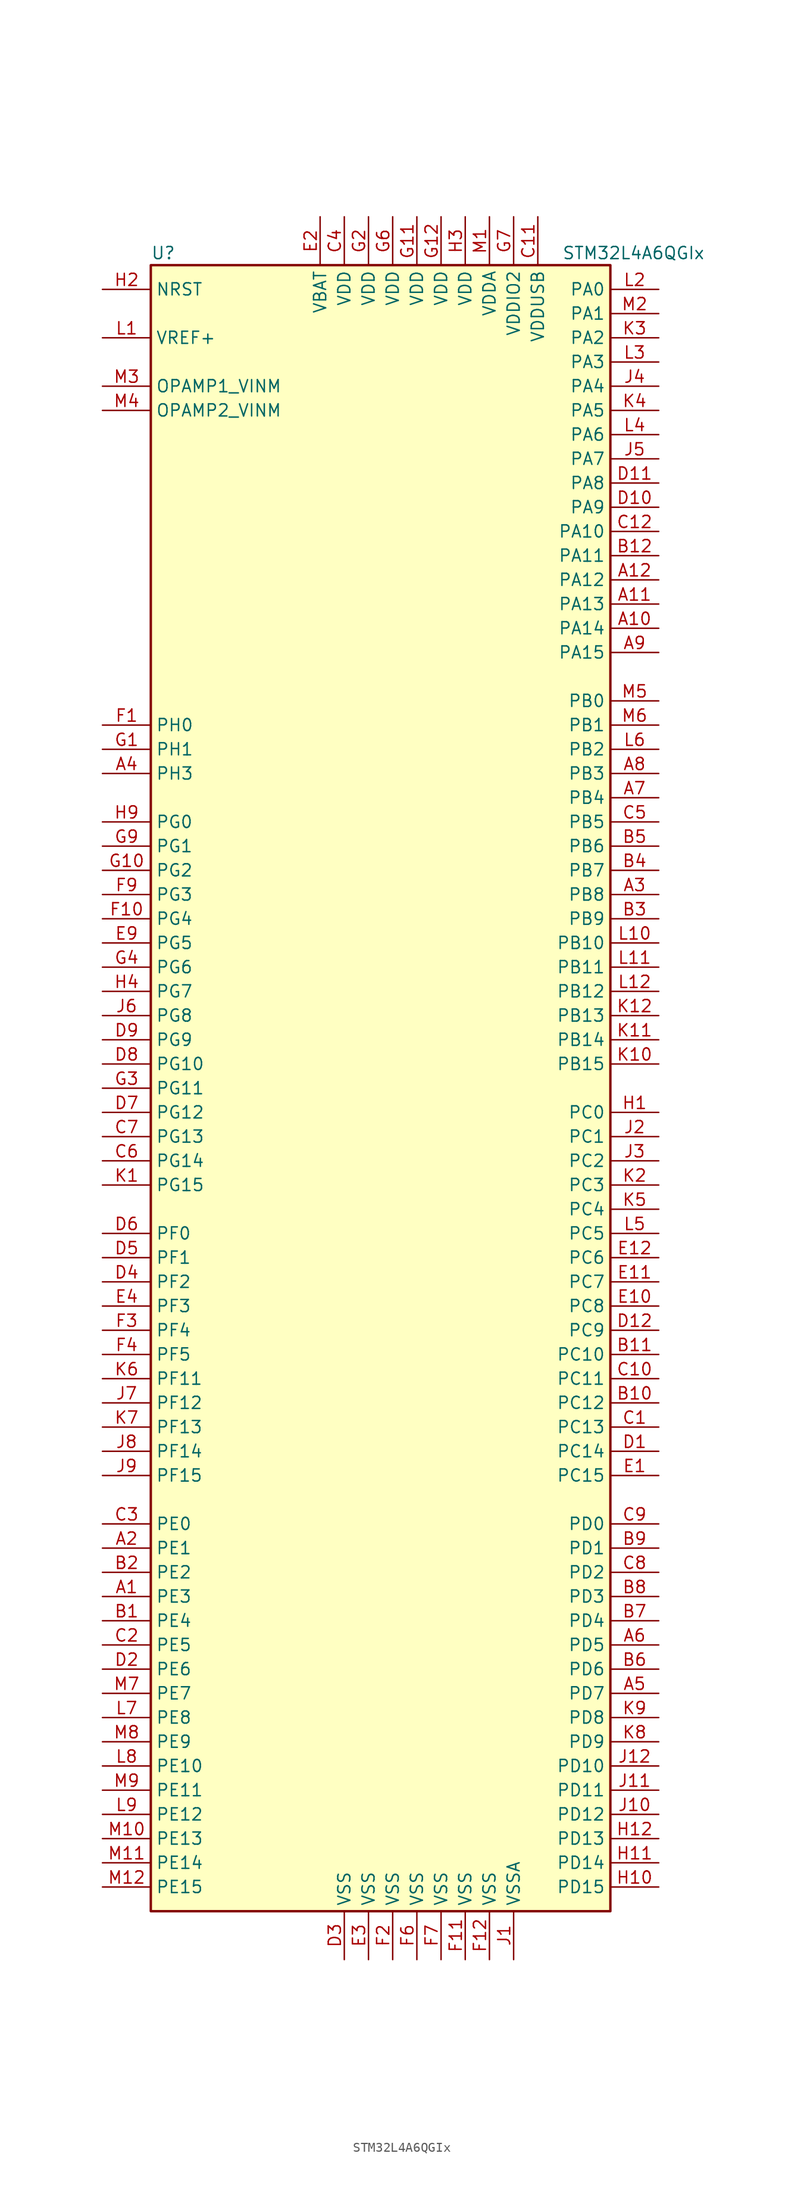
<source format=kicad_sym>
(kicad_symbol_lib
  (version 20220914)
  (generator kicad_symbol_editor)
  (symbol "STM32L4A6QGIx"
    (property "Reference" "U"
      (at -25.4 87.63 0)
      (effects (font (size 1.27 1.27)) (justify left)))
    (property "Value" "STM32L4A6QGIx"
      (at 17.78 87.63 0)
      (effects (font (size 1.27 1.27)) (justify left)))
    (symbol "STM32L4A6QGIx_0_1"
      (rectangle (start -25.4 -86.36) (end 22.86 86.36) (stroke (width 0.254) (type default)) (fill (type background))))
    (symbol "STM32L4A6QGIx_1_1"
      (pin bidirectional line (at -30.48 -53.34 0) (length 5.08) (name "PE3" (effects (font (size 1.27 1.27)))) (number "A1" (effects (font (size 1.27 1.27)))))
      (pin bidirectional line (at 27.94 48.26 180) (length 5.08) (name "PA14" (effects (font (size 1.27 1.27)))) (number "A10" (effects (font (size 1.27 1.27)))))
      (pin bidirectional line (at 27.94 50.8 180) (length 5.08) (name "PA13" (effects (font (size 1.27 1.27)))) (number "A11" (effects (font (size 1.27 1.27)))))
      (pin bidirectional line (at 27.94 53.34 180) (length 5.08) (name "PA12" (effects (font (size 1.27 1.27)))) (number "A12" (effects (font (size 1.27 1.27)))))
      (pin bidirectional line (at -30.48 -48.26 0) (length 5.08) (name "PE1" (effects (font (size 1.27 1.27)))) (number "A2" (effects (font (size 1.27 1.27)))))
      (pin bidirectional line (at 27.94 20.32 180) (length 5.08) (name "PB8" (effects (font (size 1.27 1.27)))) (number "A3" (effects (font (size 1.27 1.27)))))
      (pin bidirectional line (at -30.48 33.02 0) (length 5.08) (name "PH3" (effects (font (size 1.27 1.27)))) (number "A4" (effects (font (size 1.27 1.27)))))
      (pin bidirectional line (at 27.94 -63.5 180) (length 5.08) (name "PD7" (effects (font (size 1.27 1.27)))) (number "A5" (effects (font (size 1.27 1.27)))))
      (pin bidirectional line (at 27.94 -58.42 180) (length 5.08) (name "PD5" (effects (font (size 1.27 1.27)))) (number "A6" (effects (font (size 1.27 1.27)))))
      (pin bidirectional line (at 27.94 30.48 180) (length 5.08) (name "PB4" (effects (font (size 1.27 1.27)))) (number "A7" (effects (font (size 1.27 1.27)))))
      (pin bidirectional line (at 27.94 33.02 180) (length 5.08) (name "PB3" (effects (font (size 1.27 1.27)))) (number "A8" (effects (font (size 1.27 1.27)))))
      (pin bidirectional line (at 27.94 45.72 180) (length 5.08) (name "PA15" (effects (font (size 1.27 1.27)))) (number "A9" (effects (font (size 1.27 1.27)))))
      (pin bidirectional line (at -30.48 -55.88 0) (length 5.08) (name "PE4" (effects (font (size 1.27 1.27)))) (number "B1" (effects (font (size 1.27 1.27)))))
      (pin bidirectional line (at 27.94 -33.02 180) (length 5.08) (name "PC12" (effects (font (size 1.27 1.27)))) (number "B10" (effects (font (size 1.27 1.27)))))
      (pin bidirectional line (at 27.94 -27.94 180) (length 5.08) (name "PC10" (effects (font (size 1.27 1.27)))) (number "B11" (effects (font (size 1.27 1.27)))))
      (pin bidirectional line (at 27.94 55.88 180) (length 5.08) (name "PA11" (effects (font (size 1.27 1.27)))) (number "B12" (effects (font (size 1.27 1.27)))))
      (pin bidirectional line (at -30.48 -50.8 0) (length 5.08) (name "PE2" (effects (font (size 1.27 1.27)))) (number "B2" (effects (font (size 1.27 1.27)))))
      (pin bidirectional line (at 27.94 17.78 180) (length 5.08) (name "PB9" (effects (font (size 1.27 1.27)))) (number "B3" (effects (font (size 1.27 1.27)))))
      (pin bidirectional line (at 27.94 22.86 180) (length 5.08) (name "PB7" (effects (font (size 1.27 1.27)))) (number "B4" (effects (font (size 1.27 1.27)))))
      (pin bidirectional line (at 27.94 25.4 180) (length 5.08) (name "PB6" (effects (font (size 1.27 1.27)))) (number "B5" (effects (font (size 1.27 1.27)))))
      (pin bidirectional line (at 27.94 -60.96 180) (length 5.08) (name "PD6" (effects (font (size 1.27 1.27)))) (number "B6" (effects (font (size 1.27 1.27)))))
      (pin bidirectional line (at 27.94 -55.88 180) (length 5.08) (name "PD4" (effects (font (size 1.27 1.27)))) (number "B7" (effects (font (size 1.27 1.27)))))
      (pin bidirectional line (at 27.94 -53.34 180) (length 5.08) (name "PD3" (effects (font (size 1.27 1.27)))) (number "B8" (effects (font (size 1.27 1.27)))))
      (pin bidirectional line (at 27.94 -48.26 180) (length 5.08) (name "PD1" (effects (font (size 1.27 1.27)))) (number "B9" (effects (font (size 1.27 1.27)))))
      (pin bidirectional line (at 27.94 -35.56 180) (length 5.08) (name "PC13" (effects (font (size 1.27 1.27)))) (number "C1" (effects (font (size 1.27 1.27)))))
      (pin bidirectional line (at 27.94 -30.48 180) (length 5.08) (name "PC11" (effects (font (size 1.27 1.27)))) (number "C10" (effects (font (size 1.27 1.27)))))
      (pin power_in line (at 15.24 91.44 270) (length 5.08) (name "VDDUSB" (effects (font (size 1.27 1.27)))) (number "C11" (effects (font (size 1.27 1.27)))))
      (pin bidirectional line (at 27.94 58.42 180) (length 5.08) (name "PA10" (effects (font (size 1.27 1.27)))) (number "C12" (effects (font (size 1.27 1.27)))))
      (pin bidirectional line (at -30.48 -58.42 0) (length 5.08) (name "PE5" (effects (font (size 1.27 1.27)))) (number "C2" (effects (font (size 1.27 1.27)))))
      (pin bidirectional line (at -30.48 -45.72 0) (length 5.08) (name "PE0" (effects (font (size 1.27 1.27)))) (number "C3" (effects (font (size 1.27 1.27)))))
      (pin power_in line (at -5.08 91.44 270) (length 5.08) (name "VDD" (effects (font (size 1.27 1.27)))) (number "C4" (effects (font (size 1.27 1.27)))))
      (pin bidirectional line (at 27.94 27.94 180) (length 5.08) (name "PB5" (effects (font (size 1.27 1.27)))) (number "C5" (effects (font (size 1.27 1.27)))))
      (pin bidirectional line (at -30.48 -7.62 0) (length 5.08) (name "PG14" (effects (font (size 1.27 1.27)))) (number "C6" (effects (font (size 1.27 1.27)))))
      (pin bidirectional line (at -30.48 -5.08 0) (length 5.08) (name "PG13" (effects (font (size 1.27 1.27)))) (number "C7" (effects (font (size 1.27 1.27)))))
      (pin bidirectional line (at 27.94 -50.8 180) (length 5.08) (name "PD2" (effects (font (size 1.27 1.27)))) (number "C8" (effects (font (size 1.27 1.27)))))
      (pin bidirectional line (at 27.94 -45.72 180) (length 5.08) (name "PD0" (effects (font (size 1.27 1.27)))) (number "C9" (effects (font (size 1.27 1.27)))))
      (pin bidirectional line (at 27.94 -38.1 180) (length 5.08) (name "PC14" (effects (font (size 1.27 1.27)))) (number "D1" (effects (font (size 1.27 1.27)))))
      (pin bidirectional line (at 27.94 60.96 180) (length 5.08) (name "PA9" (effects (font (size 1.27 1.27)))) (number "D10" (effects (font (size 1.27 1.27)))))
      (pin bidirectional line (at 27.94 63.5 180) (length 5.08) (name "PA8" (effects (font (size 1.27 1.27)))) (number "D11" (effects (font (size 1.27 1.27)))))
      (pin bidirectional line (at 27.94 -25.4 180) (length 5.08) (name "PC9" (effects (font (size 1.27 1.27)))) (number "D12" (effects (font (size 1.27 1.27)))))
      (pin bidirectional line (at -30.48 -60.96 0) (length 5.08) (name "PE6" (effects (font (size 1.27 1.27)))) (number "D2" (effects (font (size 1.27 1.27)))))
      (pin power_in line (at -5.08 -91.44 90) (length 5.08) (name "VSS" (effects (font (size 1.27 1.27)))) (number "D3" (effects (font (size 1.27 1.27)))))
      (pin bidirectional line (at -30.48 -20.32 0) (length 5.08) (name "PF2" (effects (font (size 1.27 1.27)))) (number "D4" (effects (font (size 1.27 1.27)))))
      (pin bidirectional line (at -30.48 -17.78 0) (length 5.08) (name "PF1" (effects (font (size 1.27 1.27)))) (number "D5" (effects (font (size 1.27 1.27)))))
      (pin bidirectional line (at -30.48 -15.24 0) (length 5.08) (name "PF0" (effects (font (size 1.27 1.27)))) (number "D6" (effects (font (size 1.27 1.27)))))
      (pin bidirectional line (at -30.48 -2.54 0) (length 5.08) (name "PG12" (effects (font (size 1.27 1.27)))) (number "D7" (effects (font (size 1.27 1.27)))))
      (pin bidirectional line (at -30.48 2.54 0) (length 5.08) (name "PG10" (effects (font (size 1.27 1.27)))) (number "D8" (effects (font (size 1.27 1.27)))))
      (pin bidirectional line (at -30.48 5.08 0) (length 5.08) (name "PG9" (effects (font (size 1.27 1.27)))) (number "D9" (effects (font (size 1.27 1.27)))))
      (pin bidirectional line (at 27.94 -40.64 180) (length 5.08) (name "PC15" (effects (font (size 1.27 1.27)))) (number "E1" (effects (font (size 1.27 1.27)))))
      (pin bidirectional line (at 27.94 -22.86 180) (length 5.08) (name "PC8" (effects (font (size 1.27 1.27)))) (number "E10" (effects (font (size 1.27 1.27)))))
      (pin bidirectional line (at 27.94 -20.32 180) (length 5.08) (name "PC7" (effects (font (size 1.27 1.27)))) (number "E11" (effects (font (size 1.27 1.27)))))
      (pin bidirectional line (at 27.94 -17.78 180) (length 5.08) (name "PC6" (effects (font (size 1.27 1.27)))) (number "E12" (effects (font (size 1.27 1.27)))))
      (pin power_in line (at -7.62 91.44 270) (length 5.08) (name "VBAT" (effects (font (size 1.27 1.27)))) (number "E2" (effects (font (size 1.27 1.27)))))
      (pin power_in line (at -2.54 -91.44 90) (length 5.08) (name "VSS" (effects (font (size 1.27 1.27)))) (number "E3" (effects (font (size 1.27 1.27)))))
      (pin bidirectional line (at -30.48 -22.86 0) (length 5.08) (name "PF3" (effects (font (size 1.27 1.27)))) (number "E4" (effects (font (size 1.27 1.27)))))
      (pin bidirectional line (at -30.48 15.24 0) (length 5.08) (name "PG5" (effects (font (size 1.27 1.27)))) (number "E9" (effects (font (size 1.27 1.27)))))
      (pin input line (at -30.48 38.1 0) (length 5.08) (name "PH0" (effects (font (size 1.27 1.27)))) (number "F1" (effects (font (size 1.27 1.27)))))
      (pin bidirectional line (at -30.48 17.78 0) (length 5.08) (name "PG4" (effects (font (size 1.27 1.27)))) (number "F10" (effects (font (size 1.27 1.27)))))
      (pin power_in line (at 7.62 -91.44 90) (length 5.08) (name "VSS" (effects (font (size 1.27 1.27)))) (number "F11" (effects (font (size 1.27 1.27)))))
      (pin power_in line (at 10.16 -91.44 90) (length 5.08) (name "VSS" (effects (font (size 1.27 1.27)))) (number "F12" (effects (font (size 1.27 1.27)))))
      (pin power_in line (at 0 -91.44 90) (length 5.08) (name "VSS" (effects (font (size 1.27 1.27)))) (number "F2" (effects (font (size 1.27 1.27)))))
      (pin bidirectional line (at -30.48 -25.4 0) (length 5.08) (name "PF4" (effects (font (size 1.27 1.27)))) (number "F3" (effects (font (size 1.27 1.27)))))
      (pin bidirectional line (at -30.48 -27.94 0) (length 5.08) (name "PF5" (effects (font (size 1.27 1.27)))) (number "F4" (effects (font (size 1.27 1.27)))))
      (pin power_in line (at 2.54 -91.44 90) (length 5.08) (name "VSS" (effects (font (size 1.27 1.27)))) (number "F6" (effects (font (size 1.27 1.27)))))
      (pin power_in line (at 5.08 -91.44 90) (length 5.08) (name "VSS" (effects (font (size 1.27 1.27)))) (number "F7" (effects (font (size 1.27 1.27)))))
      (pin bidirectional line (at -30.48 20.32 0) (length 5.08) (name "PG3" (effects (font (size 1.27 1.27)))) (number "F9" (effects (font (size 1.27 1.27)))))
      (pin input line (at -30.48 35.56 0) (length 5.08) (name "PH1" (effects (font (size 1.27 1.27)))) (number "G1" (effects (font (size 1.27 1.27)))))
      (pin bidirectional line (at -30.48 22.86 0) (length 5.08) (name "PG2" (effects (font (size 1.27 1.27)))) (number "G10" (effects (font (size 1.27 1.27)))))
      (pin power_in line (at 2.54 91.44 270) (length 5.08) (name "VDD" (effects (font (size 1.27 1.27)))) (number "G11" (effects (font (size 1.27 1.27)))))
      (pin power_in line (at 5.08 91.44 270) (length 5.08) (name "VDD" (effects (font (size 1.27 1.27)))) (number "G12" (effects (font (size 1.27 1.27)))))
      (pin power_in line (at -2.54 91.44 270) (length 5.08) (name "VDD" (effects (font (size 1.27 1.27)))) (number "G2" (effects (font (size 1.27 1.27)))))
      (pin bidirectional line (at -30.48 0 0) (length 5.08) (name "PG11" (effects (font (size 1.27 1.27)))) (number "G3" (effects (font (size 1.27 1.27)))))
      (pin bidirectional line (at -30.48 12.7 0) (length 5.08) (name "PG6" (effects (font (size 1.27 1.27)))) (number "G4" (effects (font (size 1.27 1.27)))))
      (pin power_in line (at 0 91.44 270) (length 5.08) (name "VDD" (effects (font (size 1.27 1.27)))) (number "G6" (effects (font (size 1.27 1.27)))))
      (pin power_in line (at 12.7 91.44 270) (length 5.08) (name "VDDIO2" (effects (font (size 1.27 1.27)))) (number "G7" (effects (font (size 1.27 1.27)))))
      (pin bidirectional line (at -30.48 25.4 0) (length 5.08) (name "PG1" (effects (font (size 1.27 1.27)))) (number "G9" (effects (font (size 1.27 1.27)))))
      (pin bidirectional line (at 27.94 -2.54 180) (length 5.08) (name "PC0" (effects (font (size 1.27 1.27)))) (number "H1" (effects (font (size 1.27 1.27)))))
      (pin bidirectional line (at 27.94 -83.82 180) (length 5.08) (name "PD15" (effects (font (size 1.27 1.27)))) (number "H10" (effects (font (size 1.27 1.27)))))
      (pin bidirectional line (at 27.94 -81.28 180) (length 5.08) (name "PD14" (effects (font (size 1.27 1.27)))) (number "H11" (effects (font (size 1.27 1.27)))))
      (pin bidirectional line (at 27.94 -78.74 180) (length 5.08) (name "PD13" (effects (font (size 1.27 1.27)))) (number "H12" (effects (font (size 1.27 1.27)))))
      (pin input line (at -30.48 83.82 0) (length 5.08) (name "NRST" (effects (font (size 1.27 1.27)))) (number "H2" (effects (font (size 1.27 1.27)))))
      (pin power_in line (at 7.62 91.44 270) (length 5.08) (name "VDD" (effects (font (size 1.27 1.27)))) (number "H3" (effects (font (size 1.27 1.27)))))
      (pin bidirectional line (at -30.48 10.16 0) (length 5.08) (name "PG7" (effects (font (size 1.27 1.27)))) (number "H4" (effects (font (size 1.27 1.27)))))
      (pin bidirectional line (at -30.48 27.94 0) (length 5.08) (name "PG0" (effects (font (size 1.27 1.27)))) (number "H9" (effects (font (size 1.27 1.27)))))
      (pin power_in line (at 12.7 -91.44 90) (length 5.08) (name "VSSA" (effects (font (size 1.27 1.27)))) (number "J1" (effects (font (size 1.27 1.27)))))
      (pin bidirectional line (at 27.94 -76.2 180) (length 5.08) (name "PD12" (effects (font (size 1.27 1.27)))) (number "J10" (effects (font (size 1.27 1.27)))))
      (pin bidirectional line (at 27.94 -73.66 180) (length 5.08) (name "PD11" (effects (font (size 1.27 1.27)))) (number "J11" (effects (font (size 1.27 1.27)))))
      (pin bidirectional line (at 27.94 -71.12 180) (length 5.08) (name "PD10" (effects (font (size 1.27 1.27)))) (number "J12" (effects (font (size 1.27 1.27)))))
      (pin bidirectional line (at 27.94 -5.08 180) (length 5.08) (name "PC1" (effects (font (size 1.27 1.27)))) (number "J2" (effects (font (size 1.27 1.27)))))
      (pin bidirectional line (at 27.94 -7.62 180) (length 5.08) (name "PC2" (effects (font (size 1.27 1.27)))) (number "J3" (effects (font (size 1.27 1.27)))))
      (pin bidirectional line (at 27.94 73.66 180) (length 5.08) (name "PA4" (effects (font (size 1.27 1.27)))) (number "J4" (effects (font (size 1.27 1.27)))))
      (pin bidirectional line (at 27.94 66.04 180) (length 5.08) (name "PA7" (effects (font (size 1.27 1.27)))) (number "J5" (effects (font (size 1.27 1.27)))))
      (pin bidirectional line (at -30.48 7.62 0) (length 5.08) (name "PG8" (effects (font (size 1.27 1.27)))) (number "J6" (effects (font (size 1.27 1.27)))))
      (pin bidirectional line (at -30.48 -33.02 0) (length 5.08) (name "PF12" (effects (font (size 1.27 1.27)))) (number "J7" (effects (font (size 1.27 1.27)))))
      (pin bidirectional line (at -30.48 -38.1 0) (length 5.08) (name "PF14" (effects (font (size 1.27 1.27)))) (number "J8" (effects (font (size 1.27 1.27)))))
      (pin bidirectional line (at -30.48 -40.64 0) (length 5.08) (name "PF15" (effects (font (size 1.27 1.27)))) (number "J9" (effects (font (size 1.27 1.27)))))
      (pin bidirectional line (at -30.48 -10.16 0) (length 5.08) (name "PG15" (effects (font (size 1.27 1.27)))) (number "K1" (effects (font (size 1.27 1.27)))))
      (pin bidirectional line (at 27.94 2.54 180) (length 5.08) (name "PB15" (effects (font (size 1.27 1.27)))) (number "K10" (effects (font (size 1.27 1.27)))))
      (pin bidirectional line (at 27.94 5.08 180) (length 5.08) (name "PB14" (effects (font (size 1.27 1.27)))) (number "K11" (effects (font (size 1.27 1.27)))))
      (pin bidirectional line (at 27.94 7.62 180) (length 5.08) (name "PB13" (effects (font (size 1.27 1.27)))) (number "K12" (effects (font (size 1.27 1.27)))))
      (pin bidirectional line (at 27.94 -10.16 180) (length 5.08) (name "PC3" (effects (font (size 1.27 1.27)))) (number "K2" (effects (font (size 1.27 1.27)))))
      (pin bidirectional line (at 27.94 78.74 180) (length 5.08) (name "PA2" (effects (font (size 1.27 1.27)))) (number "K3" (effects (font (size 1.27 1.27)))))
      (pin bidirectional line (at 27.94 71.12 180) (length 5.08) (name "PA5" (effects (font (size 1.27 1.27)))) (number "K4" (effects (font (size 1.27 1.27)))))
      (pin bidirectional line (at 27.94 -12.7 180) (length 5.08) (name "PC4" (effects (font (size 1.27 1.27)))) (number "K5" (effects (font (size 1.27 1.27)))))
      (pin bidirectional line (at -30.48 -30.48 0) (length 5.08) (name "PF11" (effects (font (size 1.27 1.27)))) (number "K6" (effects (font (size 1.27 1.27)))))
      (pin bidirectional line (at -30.48 -35.56 0) (length 5.08) (name "PF13" (effects (font (size 1.27 1.27)))) (number "K7" (effects (font (size 1.27 1.27)))))
      (pin bidirectional line (at 27.94 -68.58 180) (length 5.08) (name "PD9" (effects (font (size 1.27 1.27)))) (number "K8" (effects (font (size 1.27 1.27)))))
      (pin bidirectional line (at 27.94 -66.04 180) (length 5.08) (name "PD8" (effects (font (size 1.27 1.27)))) (number "K9" (effects (font (size 1.27 1.27)))))
      (pin bidirectional line (at -30.48 78.74 0) (length 5.08) (name "VREF+" (effects (font (size 1.27 1.27)))) (number "L1" (effects (font (size 1.27 1.27)))))
      (pin bidirectional line (at 27.94 15.24 180) (length 5.08) (name "PB10" (effects (font (size 1.27 1.27)))) (number "L10" (effects (font (size 1.27 1.27)))))
      (pin bidirectional line (at 27.94 12.7 180) (length 5.08) (name "PB11" (effects (font (size 1.27 1.27)))) (number "L11" (effects (font (size 1.27 1.27)))))
      (pin bidirectional line (at 27.94 10.16 180) (length 5.08) (name "PB12" (effects (font (size 1.27 1.27)))) (number "L12" (effects (font (size 1.27 1.27)))))
      (pin bidirectional line (at 27.94 83.82 180) (length 5.08) (name "PA0" (effects (font (size 1.27 1.27)))) (number "L2" (effects (font (size 1.27 1.27)))))
      (pin bidirectional line (at 27.94 76.2 180) (length 5.08) (name "PA3" (effects (font (size 1.27 1.27)))) (number "L3" (effects (font (size 1.27 1.27)))))
      (pin bidirectional line (at 27.94 68.58 180) (length 5.08) (name "PA6" (effects (font (size 1.27 1.27)))) (number "L4" (effects (font (size 1.27 1.27)))))
      (pin bidirectional line (at 27.94 -15.24 180) (length 5.08) (name "PC5" (effects (font (size 1.27 1.27)))) (number "L5" (effects (font (size 1.27 1.27)))))
      (pin bidirectional line (at 27.94 35.56 180) (length 5.08) (name "PB2" (effects (font (size 1.27 1.27)))) (number "L6" (effects (font (size 1.27 1.27)))))
      (pin bidirectional line (at -30.48 -66.04 0) (length 5.08) (name "PE8" (effects (font (size 1.27 1.27)))) (number "L7" (effects (font (size 1.27 1.27)))))
      (pin bidirectional line (at -30.48 -71.12 0) (length 5.08) (name "PE10" (effects (font (size 1.27 1.27)))) (number "L8" (effects (font (size 1.27 1.27)))))
      (pin bidirectional line (at -30.48 -76.2 0) (length 5.08) (name "PE12" (effects (font (size 1.27 1.27)))) (number "L9" (effects (font (size 1.27 1.27)))))
      (pin power_in line (at 10.16 91.44 270) (length 5.08) (name "VDDA" (effects (font (size 1.27 1.27)))) (number "M1" (effects (font (size 1.27 1.27)))))
      (pin bidirectional line (at -30.48 -78.74 0) (length 5.08) (name "PE13" (effects (font (size 1.27 1.27)))) (number "M10" (effects (font (size 1.27 1.27)))))
      (pin bidirectional line (at -30.48 -81.28 0) (length 5.08) (name "PE14" (effects (font (size 1.27 1.27)))) (number "M11" (effects (font (size 1.27 1.27)))))
      (pin bidirectional line (at -30.48 -83.82 0) (length 5.08) (name "PE15" (effects (font (size 1.27 1.27)))) (number "M12" (effects (font (size 1.27 1.27)))))
      (pin bidirectional line (at 27.94 81.28 180) (length 5.08) (name "PA1" (effects (font (size 1.27 1.27)))) (number "M2" (effects (font (size 1.27 1.27)))))
      (pin bidirectional line (at -30.48 73.66 0) (length 5.08) (name "OPAMP1_VINM" (effects (font (size 1.27 1.27)))) (number "M3" (effects (font (size 1.27 1.27)))))
      (pin bidirectional line (at -30.48 71.12 0) (length 5.08) (name "OPAMP2_VINM" (effects (font (size 1.27 1.27)))) (number "M4" (effects (font (size 1.27 1.27)))))
      (pin bidirectional line (at 27.94 40.64 180) (length 5.08) (name "PB0" (effects (font (size 1.27 1.27)))) (number "M5" (effects (font (size 1.27 1.27)))))
      (pin bidirectional line (at 27.94 38.1 180) (length 5.08) (name "PB1" (effects (font (size 1.27 1.27)))) (number "M6" (effects (font (size 1.27 1.27)))))
      (pin bidirectional line (at -30.48 -63.5 0) (length 5.08) (name "PE7" (effects (font (size 1.27 1.27)))) (number "M7" (effects (font (size 1.27 1.27)))))
      (pin bidirectional line (at -30.48 -68.58 0) (length 5.08) (name "PE9" (effects (font (size 1.27 1.27)))) (number "M8" (effects (font (size 1.27 1.27)))))
      (pin bidirectional line (at -30.48 -73.66 0) (length 5.08) (name "PE11" (effects (font (size 1.27 1.27)))) (number "M9" (effects (font (size 1.27 1.27))))))))
</source>
